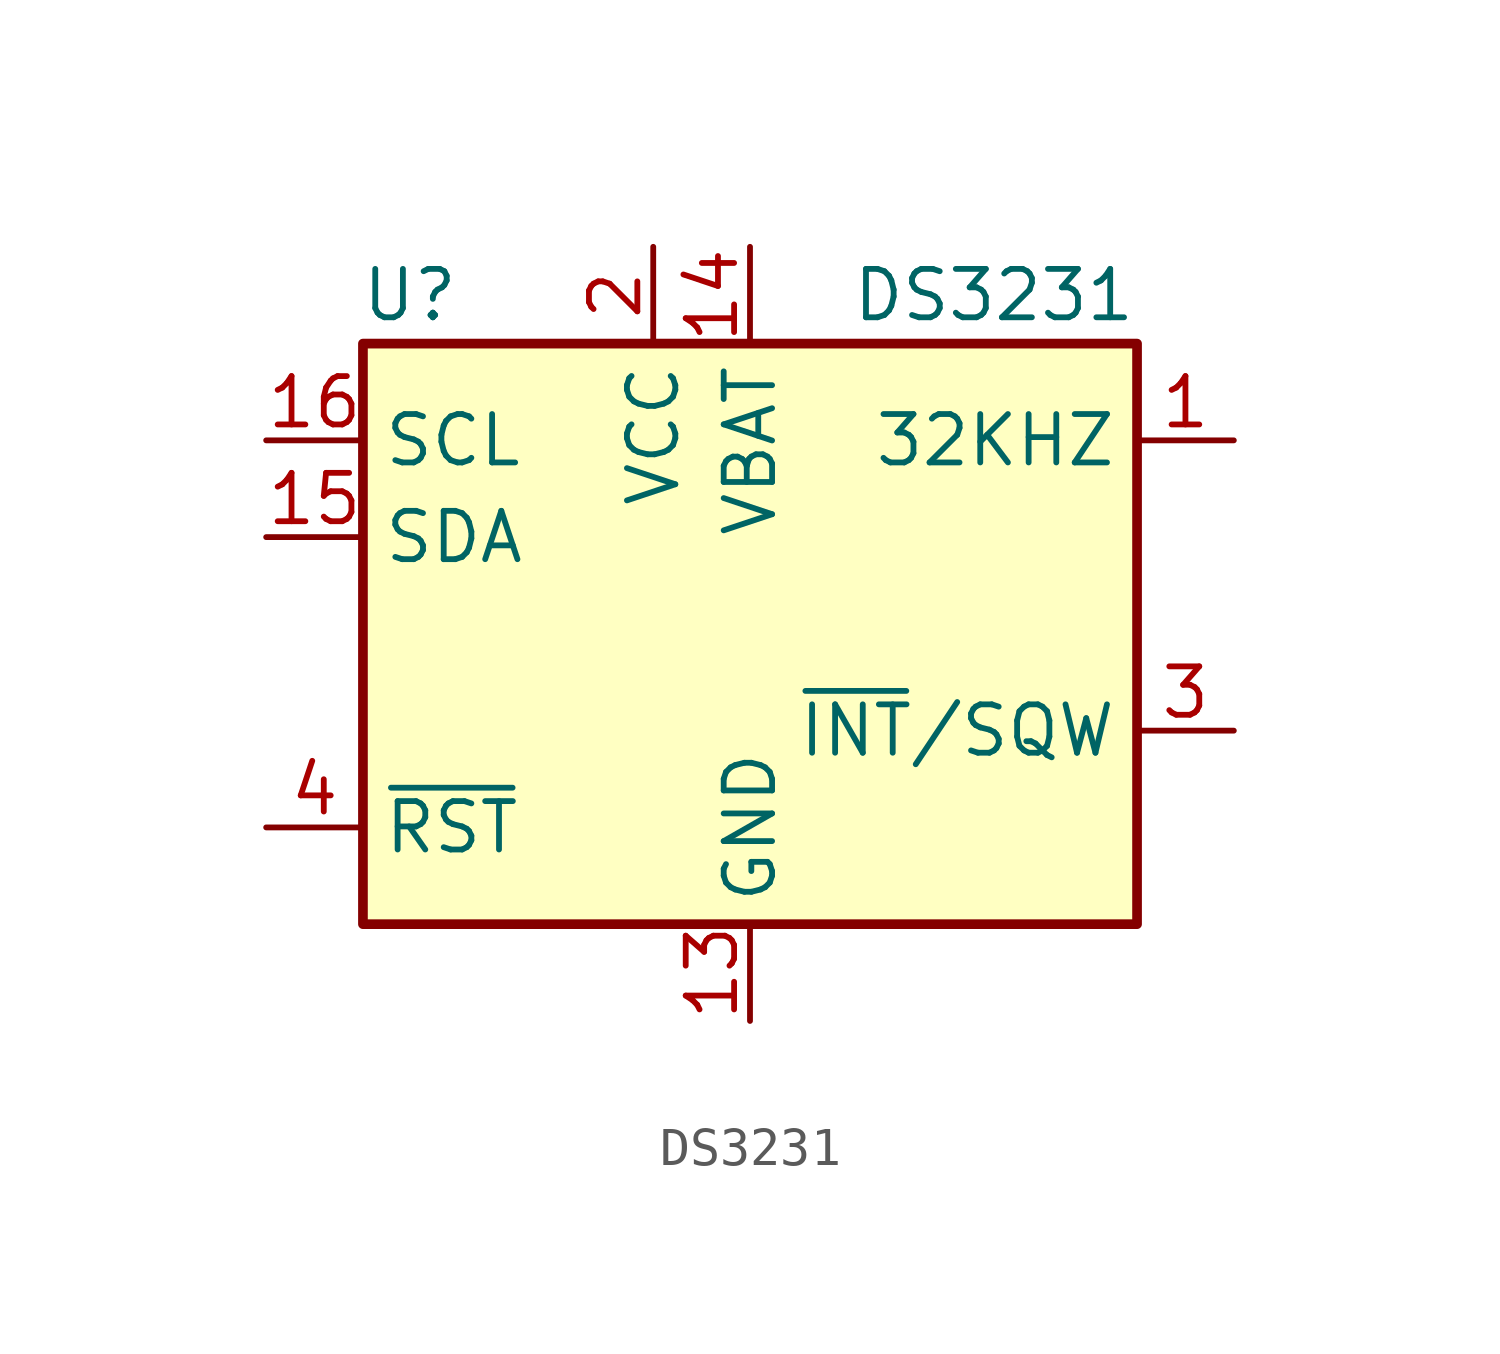
<source format=kicad_sym>
(kicad_symbol_lib
  (version 20220914)
  (generator kicad_symbol_editor)
  (symbol "DS3231"
    (property "Reference" "U"
      (at -7.62 8.89 0)
      (effects (font (size 1.27 1.27)) (justify right)))
    (property "Value" "DS3231"
      (at 10.16 8.89 0)
      (effects (font (size 1.27 1.27)) (justify right)))
    (symbol "DS3231_0_1"
      (rectangle (start -10.16 7.62) (end 10.16 -7.62) (stroke (width 0.254) (type default)) (fill (type background))))
    (symbol "DS3231_1_0"
      (pin power_in line (at 0 -10.16 90) (length 2.54) (name "GND" (effects (font (size 1.27 1.27)))) (number "13" (effects (font (size 1.27 1.27))))))
    (symbol "DS3231_1_1"
      (pin open_collector line (at 12.7 5.08 180) (length 2.54) (name "32KHZ" (effects (font (size 1.27 1.27)))) (number "1" (effects (font (size 1.27 1.27)))))
      (pin passive line (at 0 -10.16 90) (length 2.54) hide (name "GND" (effects (font (size 1.27 1.27)))) (number "10" (effects (font (size 1.27 1.27)))))
      (pin passive line (at 0 -10.16 90) (length 2.54) hide (name "GND" (effects (font (size 1.27 1.27)))) (number "11" (effects (font (size 1.27 1.27)))))
      (pin passive line (at 0 -10.16 90) (length 2.54) hide (name "GND" (effects (font (size 1.27 1.27)))) (number "12" (effects (font (size 1.27 1.27)))))
      (pin power_in line (at 0 10.16 270) (length 2.54) (name "VBAT" (effects (font (size 1.27 1.27)))) (number "14" (effects (font (size 1.27 1.27)))))
      (pin bidirectional line (at -12.7 2.54 0) (length 2.54) (name "SDA" (effects (font (size 1.27 1.27)))) (number "15" (effects (font (size 1.27 1.27)))))
      (pin input line (at -12.7 5.08 0) (length 2.54) (name "SCL" (effects (font (size 1.27 1.27)))) (number "16" (effects (font (size 1.27 1.27)))))
      (pin power_in line (at -2.54 10.16 270) (length 2.54) (name "VCC" (effects (font (size 1.27 1.27)))) (number "2" (effects (font (size 1.27 1.27)))))
      (pin open_collector line (at 12.7 -2.54 180) (length 2.54) (name "~{INT}/SQW" (effects (font (size 1.27 1.27)))) (number "3" (effects (font (size 1.27 1.27)))))
      (pin bidirectional line (at -12.7 -5.08 0) (length 2.54) (name "~{RST}" (effects (font (size 1.27 1.27)))) (number "4" (effects (font (size 1.27 1.27)))))
      (pin passive line (at 0 -10.16 90) (length 2.54) hide (name "GND" (effects (font (size 1.27 1.27)))) (number "5" (effects (font (size 1.27 1.27)))))
      (pin passive line (at 0 -10.16 90) (length 2.54) hide (name "GND" (effects (font (size 1.27 1.27)))) (number "6" (effects (font (size 1.27 1.27)))))
      (pin passive line (at 0 -10.16 90) (length 2.54) hide (name "GND" (effects (font (size 1.27 1.27)))) (number "7" (effects (font (size 1.27 1.27)))))
      (pin passive line (at 0 -10.16 90) (length 2.54) hide (name "GND" (effects (font (size 1.27 1.27)))) (number "8" (effects (font (size 1.27 1.27)))))
      (pin passive line (at 0 -10.16 90) (length 2.54) hide (name "GND" (effects (font (size 1.27 1.27)))) (number "9" (effects (font (size 1.27 1.27))))))))
</source>
